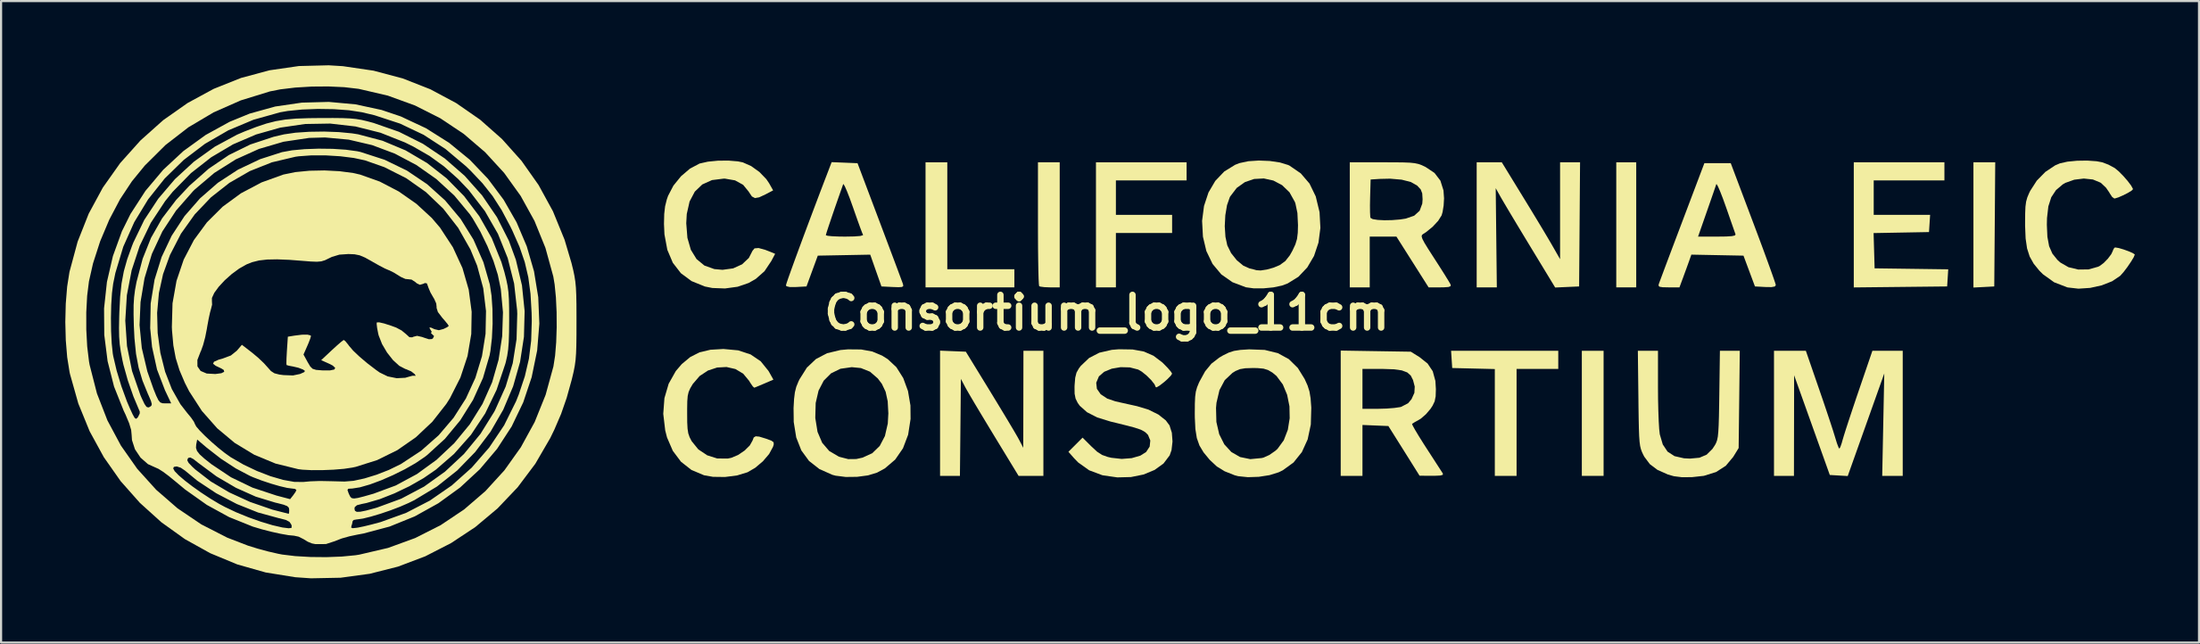
<source format=kicad_pcb>
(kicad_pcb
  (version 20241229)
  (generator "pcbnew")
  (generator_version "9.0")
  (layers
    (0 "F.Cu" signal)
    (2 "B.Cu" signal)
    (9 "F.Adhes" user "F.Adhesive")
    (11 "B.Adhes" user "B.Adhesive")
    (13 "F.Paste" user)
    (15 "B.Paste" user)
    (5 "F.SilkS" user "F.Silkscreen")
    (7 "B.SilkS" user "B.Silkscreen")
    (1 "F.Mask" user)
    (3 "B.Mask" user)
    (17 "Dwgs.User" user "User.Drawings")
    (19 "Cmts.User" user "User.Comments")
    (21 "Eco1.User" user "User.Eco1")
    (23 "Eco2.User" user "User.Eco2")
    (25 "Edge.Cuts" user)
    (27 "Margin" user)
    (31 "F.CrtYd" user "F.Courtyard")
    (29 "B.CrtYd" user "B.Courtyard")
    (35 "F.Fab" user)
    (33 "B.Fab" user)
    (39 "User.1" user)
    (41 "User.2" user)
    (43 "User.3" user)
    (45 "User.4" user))
  (footprint "Consortium_logo_11cm"
    (layer "F.Cu")
    (at 48.641 11.558)
    (property "Reference" "Consortium_logo_11cm" (at 0 0 0) (layer "F.SilkS") (effects (font (size 1.524 1.524) (thickness 0.3))))
    (attr board_only exclude_from_pos_files exclude_from_bom)
    (fp_poly (pts (xy 23.199 7.62) (xy 22.183 7.62) (xy 22.183 1.778) (xy 23.199 1.778)) (stroke (width 0) (type solid)) (fill yes) (layer "F.SilkS"))
    (fp_poly (pts (xy 24.723 -1.185) (xy 23.791 -1.185) (xy 23.791 -7.027) (xy 24.723 -7.027)) (stroke (width 0) (type solid)) (fill yes) (layer "F.SilkS"))
    (fp_poly (pts (xy -7.451 -2.032) (xy -4.318 -2.032) (xy -4.318 -1.185) (xy -8.467 -1.185) (xy -8.467 -7.027) (xy -7.451 -7.027)) (stroke (width 0) (type solid)) (fill yes) (layer "F.SilkS"))
    (fp_poly (pts (xy 41.467 -4.128) (xy 41.444 -1.228) (xy 40.958 -1.202) (xy 40.471 -1.177) (xy 40.471 -7.027) (xy 41.489 -7.027)) (stroke (width 0) (type solid)) (fill yes) (layer "F.SilkS"))
    (fp_poly (pts (xy 21.082 2.625) (xy 19.135 2.625) (xy 19.135 7.62) (xy 18.119 7.62) (xy 18.119 2.63) (xy 17.124 2.606) (xy 16.129 2.582) (xy 16.077 1.778) (xy 21.082 1.778)) (stroke (width 0) (type solid)) (fill yes) (layer "F.SilkS"))
    (fp_poly (pts (xy 3.725 -6.181) (xy 0.423 -6.181) (xy 0.423 -4.572) (xy 3.048 -4.572) (xy 3.048 -3.725) (xy 0.423 -3.725) (xy 0.423 -1.185) (xy -0.508 -1.185) (xy -0.508 -7.027) (xy 3.725 -7.027)) (stroke (width 0) (type solid)) (fill yes) (layer "F.SilkS"))
    (fp_poly (pts (xy -2.201 -1.185) (xy -2.653 -1.185) (xy -2.916 -1.195) (xy -3.105 -1.22) (xy -3.161 -1.242) (xy -3.174 -1.337) (xy -3.187 -1.581) (xy -3.197 -1.955) (xy -3.206 -2.438) (xy -3.213 -3.011) (xy -3.216 -3.653) (xy -3.217 -4.163) (xy -3.217 -7.027) (xy -2.201 -7.027)) (stroke (width 0) (type solid)) (fill yes) (layer "F.SilkS"))
    (fp_poly (pts (xy 39.116 -6.181) (xy 35.814 -6.181) (xy 35.814 -4.572) (xy 38.448 -4.572) (xy 38.422 -4.17) (xy 38.396 -3.768) (xy 35.808 -3.721) (xy 35.832 -2.898) (xy 35.856 -2.074) (xy 37.575 -2.051) (xy 39.294 -2.028) (xy 39.269 -1.628) (xy 39.243 -1.228) (xy 34.883 -1.182) (xy 34.883 -7.027) (xy 39.116 -7.027)) (stroke (width 0) (type solid)) (fill yes) (layer "F.SilkS"))
    (fp_poly (pts (xy -6.585 1.82) (xy -5.443 3.683) (xy -5.122 4.21) (xy -4.819 4.71) (xy -4.55 5.158) (xy -4.329 5.53) (xy -4.171 5.802) (xy -4.102 5.927) (xy -3.903 6.308) (xy -3.899 4.043) (xy -3.895 1.778) (xy -2.963 1.778) (xy -2.963 7.62) (xy -4.122 7.62) (xy -5.269 5.736) (xy -5.59 5.206) (xy -5.893 4.703) (xy -6.163 4.252) (xy -6.384 3.877) (xy -6.543 3.602) (xy -6.616 3.471) (xy -6.816 3.09) (xy -6.838 5.355) (xy -6.861 7.62) (xy -7.789 7.62) (xy -7.789 1.771)) (stroke (width 0) (type solid)) (fill yes) (layer "F.SilkS"))
    (fp_poly (pts (xy 19.444 -5.397) (xy 19.76 -4.881) (xy 20.07 -4.37) (xy 20.355 -3.897) (xy 20.594 -3.496) (xy 20.77 -3.196) (xy 20.805 -3.135) (xy 21.167 -2.502) (xy 21.167 -7.027) (xy 22.1 -7.027) (xy 22.078 -4.128) (xy 22.056 -1.228) (xy 21.497 -1.203) (xy 20.938 -1.178) (xy 19.792 -3.066) (xy 19.468 -3.6) (xy 19.16 -4.111) (xy 18.883 -4.572) (xy 18.653 -4.959) (xy 18.484 -5.246) (xy 18.403 -5.385) (xy 18.161 -5.817) (xy 18.187 -3.501) (xy 18.213 -1.185) (xy 17.272 -1.185) (xy 17.272 -7.027) (xy 18.445 -7.027)) (stroke (width 0) (type solid)) (fill yes) (layer "F.SilkS"))
    (fp_poly (pts (xy 33.252 3.535) (xy 33.442 4.087) (xy 33.622 4.62) (xy 33.782 5.1) (xy 33.911 5.495) (xy 33.997 5.772) (xy 34.012 5.821) (xy 34.095 6.091) (xy 34.167 6.282) (xy 34.209 6.35) (xy 34.255 6.276) (xy 34.32 6.087) (xy 34.359 5.948) (xy 34.417 5.752) (xy 34.52 5.425) (xy 34.66 4.996) (xy 34.827 4.493) (xy 35.011 3.945) (xy 35.108 3.662) (xy 35.752 1.778) (xy 37.169 1.778) (xy 37.169 7.62) (xy 36.211 7.62) (xy 36.259 5.228) (xy 36.307 2.836) (xy 35.454 5.232) (xy 34.6 7.628) (xy 34.182 7.603) (xy 33.763 7.578) (xy 32.93 5.249) (xy 32.097 2.921) (xy 32.089 7.62) (xy 31.157 7.62) (xy 31.157 1.778) (xy 32.645 1.778)) (stroke (width 0) (type solid)) (fill yes) (layer "F.SilkS"))
    (fp_poly (pts (xy 25.739 3.502) (xy 25.743 4.059) (xy 25.755 4.589) (xy 25.773 5.058) (xy 25.795 5.429) (xy 25.822 5.669) (xy 25.824 5.682) (xy 25.963 6.153) (xy 26.186 6.487) (xy 26.511 6.698) (xy 26.954 6.799) (xy 27.235 6.813) (xy 27.677 6.772) (xy 28.012 6.629) (xy 28.282 6.361) (xy 28.406 6.172) (xy 28.459 6.068) (xy 28.501 5.948) (xy 28.533 5.788) (xy 28.556 5.564) (xy 28.573 5.256) (xy 28.586 4.839) (xy 28.596 4.291) (xy 28.603 3.831) (xy 28.631 1.778) (xy 29.559 1.778) (xy 29.533 4.05) (xy 29.506 6.321) (xy 29.25 6.737) (xy 28.906 7.148) (xy 28.453 7.44) (xy 27.883 7.618) (xy 27.322 7.68) (xy 26.851 7.682) (xy 26.481 7.636) (xy 26.203 7.557) (xy 25.714 7.339) (xy 25.358 7.071) (xy 25.099 6.724) (xy 25.047 6.625) (xy 24.987 6.496) (xy 24.941 6.368) (xy 24.905 6.218) (xy 24.879 6.022) (xy 24.86 5.759) (xy 24.847 5.406) (xy 24.837 4.939) (xy 24.828 4.337) (xy 24.825 4) (xy 24.799 1.778) (xy 25.739 1.778)) (stroke (width 0) (type solid)) (fill yes) (layer "F.SilkS"))
    (fp_poly (pts (xy 30.19 -4.196) (xy 30.435 -3.543) (xy 30.66 -2.939) (xy 30.857 -2.4) (xy 31.021 -1.947) (xy 31.144 -1.599) (xy 31.22 -1.373) (xy 31.242 -1.292) (xy 31.196 -1.226) (xy 31.04 -1.198) (xy 30.755 -1.202) (xy 30.268 -1.228) (xy 29.732 -2.667) (xy 27.298 -2.714) (xy 27.185 -2.394) (xy 27.087 -2.122) (xy 26.966 -1.792) (xy 26.907 -1.63) (xy 26.742 -1.185) (xy 26.235 -1.185) (xy 25.954 -1.191) (xy 25.808 -1.216) (xy 25.764 -1.27) (xy 25.775 -1.333) (xy 25.815 -1.445) (xy 25.909 -1.696) (xy 26.047 -2.067) (xy 26.224 -2.538) (xy 26.432 -3.09) (xy 26.608 -3.556) (xy 27.611 -3.556) (xy 28.504 -3.556) (xy 28.92 -3.561) (xy 29.188 -3.578) (xy 29.328 -3.609) (xy 29.362 -3.656) (xy 29.36 -3.662) (xy 29.32 -3.776) (xy 29.235 -4.019) (xy 29.116 -4.359) (xy 28.975 -4.765) (xy 28.911 -4.947) (xy 28.766 -5.349) (xy 28.638 -5.676) (xy 28.538 -5.904) (xy 28.476 -6.007) (xy 28.462 -6.005) (xy 28.422 -5.885) (xy 28.337 -5.637) (xy 28.218 -5.294) (xy 28.076 -4.887) (xy 28.018 -4.72) (xy 27.611 -3.556) (xy 26.608 -3.556) (xy 26.664 -3.704) (xy 26.864 -4.233) (xy 27.905 -6.985) (xy 29.138 -6.985)) (stroke (width 0) (type solid)) (fill yes) (layer "F.SilkS"))
    (fp_poly (pts (xy 12.559 1.794) (xy 14.196 1.82) (xy 14.604 2.074) (xy 14.979 2.372) (xy 15.22 2.732) (xy 15.343 3.182) (xy 15.367 3.57) (xy 15.356 3.903) (xy 15.31 4.138) (xy 15.211 4.345) (xy 15.113 4.493) (xy 14.904 4.738) (xy 14.67 4.942) (xy 14.576 5.001) (xy 14.383 5.108) (xy 14.264 5.183) (xy 14.254 5.191) (xy 14.284 5.271) (xy 14.393 5.468) (xy 14.565 5.755) (xy 14.786 6.108) (xy 14.922 6.319) (xy 15.172 6.705) (xy 15.392 7.045) (xy 15.564 7.311) (xy 15.671 7.477) (xy 15.694 7.514) (xy 15.688 7.572) (xy 15.569 7.604) (xy 15.313 7.616) (xy 15.181 7.616) (xy 14.605 7.613) (xy 13.877 6.452) (xy 13.148 5.292) (xy 11.938 5.242) (xy 11.938 7.62) (xy 10.922 7.62) (xy 10.922 4.487) (xy 11.938 4.487) (xy 12.679 4.487) (xy 13.062 4.476) (xy 13.421 4.448) (xy 13.692 4.409) (xy 13.742 4.397) (xy 14.067 4.229) (xy 14.228 4.038) (xy 14.363 3.741) (xy 14.379 3.448) (xy 14.299 3.143) (xy 14.193 2.934) (xy 14.027 2.787) (xy 13.774 2.693) (xy 13.409 2.642) (xy 12.905 2.625) (xy 12.831 2.625) (xy 11.938 2.625) (xy 11.938 4.487) (xy 10.922 4.487) (xy 10.922 1.768)) (stroke (width 0) (type solid)) (fill yes) (layer "F.SilkS"))
    (fp_poly (pts (xy -17.228 -7.07) (xy -16.999 -7.023) (xy -16.613 -6.852) (xy -16.226 -6.575) (xy -15.903 -6.241) (xy -15.773 -6.05) (xy -15.585 -5.715) (xy -15.942 -5.528) (xy -16.236 -5.391) (xy -16.433 -5.356) (xy -16.575 -5.43) (xy -16.704 -5.62) (xy -16.722 -5.652) (xy -16.987 -5.976) (xy -17.364 -6.183) (xy -17.835 -6.264) (xy -17.889 -6.265) (xy -18.441 -6.196) (xy -18.893 -5.992) (xy -19.243 -5.657) (xy -19.486 -5.196) (xy -19.618 -4.613) (xy -19.642 -4.18) (xy -19.588 -3.498) (xy -19.427 -2.939) (xy -19.161 -2.507) (xy -18.795 -2.205) (xy -18.33 -2.039) (xy -17.949 -2.005) (xy -17.453 -2.072) (xy -17.034 -2.262) (xy -16.719 -2.559) (xy -16.547 -2.895) (xy -16.454 -3.007) (xy -16.266 -3.023) (xy -15.965 -2.942) (xy -15.756 -2.861) (xy -15.491 -2.752) (xy -15.671 -2.413) (xy -15.989 -1.938) (xy -16.393 -1.582) (xy -16.728 -1.39) (xy -17.243 -1.214) (xy -17.832 -1.134) (xy -18.425 -1.156) (xy -18.774 -1.226) (xy -19.393 -1.477) (xy -19.892 -1.846) (xy -20.269 -2.333) (xy -20.526 -2.938) (xy -20.66 -3.66) (xy -20.682 -4.149) (xy -20.671 -4.612) (xy -20.63 -4.971) (xy -20.551 -5.289) (xy -20.491 -5.461) (xy -20.242 -5.937) (xy -19.888 -6.374) (xy -19.47 -6.731) (xy -19.031 -6.964) (xy -19.008 -6.972) (xy -18.635 -7.056) (xy -18.167 -7.102) (xy -17.675 -7.107)) (stroke (width 0) (type solid)) (fill yes) (layer "F.SilkS"))
    (fp_poly (pts (xy -12.248 -7.01) (xy -11.643 -6.985) (xy -10.605 -4.233) (xy -10.36 -3.583) (xy -10.133 -2.979) (xy -9.93 -2.44) (xy -9.76 -1.985) (xy -9.63 -1.635) (xy -9.546 -1.409) (xy -9.518 -1.329) (xy -9.507 -1.247) (xy -9.567 -1.204) (xy -9.73 -1.193) (xy -9.997 -1.202) (xy -10.526 -1.228) (xy -10.788 -1.97) (xy -11.049 -2.713) (xy -12.274 -2.69) (xy -13.499 -2.667) (xy -14.027 -1.228) (xy -14.506 -1.202) (xy -14.809 -1.2) (xy -14.961 -1.237) (xy -14.986 -1.28) (xy -14.957 -1.383) (xy -14.875 -1.625) (xy -14.746 -1.987) (xy -14.578 -2.451) (xy -14.377 -2.997) (xy -14.151 -3.607) (xy -14.145 -3.623) (xy -13.123 -3.623) (xy -13.044 -3.595) (xy -12.831 -3.573) (xy -12.518 -3.56) (xy -12.229 -3.556) (xy -11.794 -3.564) (xy -11.512 -3.586) (xy -11.39 -3.622) (xy -11.388 -3.642) (xy -11.433 -3.748) (xy -11.522 -3.985) (xy -11.643 -4.321) (xy -11.786 -4.726) (xy -11.856 -4.927) (xy -12.002 -5.333) (xy -12.131 -5.665) (xy -12.233 -5.897) (xy -12.298 -6.006) (xy -12.313 -6.005) (xy -12.514 -5.435) (xy -12.699 -4.906) (xy -12.859 -4.438) (xy -12.988 -4.056) (xy -13.078 -3.782) (xy -13.121 -3.637) (xy -13.123 -3.623) (xy -14.145 -3.623) (xy -13.906 -4.262) (xy -13.65 -4.942) (xy -13.39 -5.63) (xy -13.132 -6.305) (xy -13.121 -6.332) (xy -12.852 -7.034)) (stroke (width 0) (type solid)) (fill yes) (layer "F.SilkS"))
    (fp_poly (pts (xy -11.473 1.716) (xy -10.957 1.81) (xy -10.494 2.004) (xy -10.229 2.17) (xy -9.826 2.548) (xy -9.508 3.052) (xy -9.287 3.655) (xy -9.172 4.332) (xy -9.166 4.962) (xy -9.28 5.698) (xy -9.521 6.333) (xy -9.885 6.86) (xy -10.367 7.271) (xy -10.732 7.469) (xy -11.153 7.597) (xy -11.664 7.665) (xy -12.193 7.671) (xy -12.668 7.611) (xy -12.816 7.572) (xy -13.424 7.302) (xy -13.908 6.923) (xy -14.268 6.431) (xy -14.506 5.825) (xy -14.623 5.101) (xy -14.625 4.894) (xy -13.616 4.894) (xy -13.613 4.935) (xy -13.511 5.565) (xy -13.294 6.074) (xy -12.965 6.458) (xy -12.525 6.716) (xy -12.475 6.735) (xy -12.077 6.837) (xy -11.703 6.833) (xy -11.407 6.768) (xy -10.955 6.561) (xy -10.607 6.223) (xy -10.364 5.759) (xy -10.23 5.175) (xy -10.204 4.699) (xy -10.234 4.136) (xy -10.331 3.691) (xy -10.507 3.321) (xy -10.697 3.07) (xy -11.061 2.754) (xy -11.485 2.584) (xy -11.914 2.542) (xy -12.442 2.617) (xy -12.88 2.831) (xy -13.223 3.174) (xy -13.464 3.639) (xy -13.597 4.215) (xy -13.616 4.894) (xy -14.625 4.894) (xy -14.631 4.455) (xy -14.607 4.027) (xy -14.568 3.714) (xy -14.504 3.46) (xy -14.401 3.209) (xy -14.351 3.106) (xy -14.01 2.565) (xy -13.587 2.164) (xy -13.069 1.892) (xy -12.442 1.742) (xy -12.092 1.71)) (stroke (width 0) (type solid)) (fill yes) (layer "F.SilkS"))
    (fp_poly (pts (xy 13.446 -7.026) (xy 13.858 -7.021) (xy 14.16 -7.009) (xy 14.381 -6.985) (xy 14.553 -6.948) (xy 14.704 -6.894) (xy 14.864 -6.819) (xy 14.886 -6.807) (xy 15.303 -6.529) (xy 15.578 -6.17) (xy 15.721 -5.716) (xy 15.748 -5.345) (xy 15.729 -5.012) (xy 15.68 -4.705) (xy 15.634 -4.547) (xy 15.473 -4.292) (xy 15.213 -4.013) (xy 14.906 -3.763) (xy 14.77 -3.676) (xy 14.716 -3.631) (xy 14.702 -3.562) (xy 14.738 -3.446) (xy 14.835 -3.262) (xy 15.004 -2.986) (xy 15.254 -2.597) (xy 15.311 -2.509) (xy 15.558 -2.125) (xy 15.774 -1.784) (xy 15.94 -1.515) (xy 16.039 -1.346) (xy 16.057 -1.31) (xy 16.054 -1.241) (xy 15.957 -1.203) (xy 15.737 -1.187) (xy 15.566 -1.185) (xy 15.027 -1.185) (xy 14.275 -2.371) (xy 13.524 -3.556) (xy 12.277 -3.556) (xy 12.277 -1.185) (xy 11.345 -1.185) (xy 11.345 -5.013) (xy 12.288 -5.013) (xy 12.291 -4.701) (xy 12.302 -4.491) (xy 12.313 -4.43) (xy 12.416 -4.373) (xy 12.646 -4.336) (xy 12.963 -4.32) (xy 13.324 -4.327) (xy 13.69 -4.356) (xy 13.958 -4.397) (xy 14.352 -4.532) (xy 14.608 -4.764) (xy 14.732 -5.098) (xy 14.746 -5.299) (xy 14.729 -5.576) (xy 14.657 -5.761) (xy 14.499 -5.932) (xy 14.492 -5.939) (xy 14.196 -6.107) (xy 13.766 -6.216) (xy 13.226 -6.262) (xy 12.742 -6.251) (xy 12.319 -6.223) (xy 12.295 -5.382) (xy 12.288 -5.013) (xy 11.345 -5.013) (xy 11.345 -7.027) (xy 12.895 -7.027)) (stroke (width 0) (type solid)) (fill yes) (layer "F.SilkS"))
    (fp_poly (pts (xy 7.607 -7.089) (xy 8.083 -7.019) (xy 8.466 -6.902) (xy 8.528 -6.873) (xy 9.057 -6.51) (xy 9.466 -6.032) (xy 9.756 -5.434) (xy 9.93 -4.715) (xy 9.934 -4.691) (xy 9.973 -3.962) (xy 9.884 -3.276) (xy 9.676 -2.653) (xy 9.36 -2.115) (xy 8.946 -1.679) (xy 8.444 -1.368) (xy 8.183 -1.27) (xy 7.778 -1.184) (xy 7.312 -1.139) (xy 6.86 -1.139) (xy 6.497 -1.188) (xy 5.867 -1.426) (xy 5.345 -1.792) (xy 4.937 -2.28) (xy 4.647 -2.883) (xy 4.488 -3.553) (xy 4.462 -4.04) (xy 5.507 -4.04) (xy 5.539 -3.546) (xy 5.625 -3.147) (xy 5.803 -2.786) (xy 6.066 -2.455) (xy 6.371 -2.201) (xy 6.665 -2.069) (xy 6.867 -2.021) (xy 6.985 -1.987) (xy 7.183 -1.974) (xy 7.472 -2.018) (xy 7.788 -2.106) (xy 8.07 -2.224) (xy 8.083 -2.231) (xy 8.336 -2.415) (xy 8.548 -2.686) (xy 8.671 -2.906) (xy 8.804 -3.191) (xy 8.881 -3.444) (xy 8.917 -3.734) (xy 8.927 -4.091) (xy 8.9 -4.658) (xy 8.808 -5.099) (xy 8.779 -5.18) (xy 8.529 -5.627) (xy 8.185 -5.959) (xy 7.776 -6.175) (xy 7.331 -6.272) (xy 6.878 -6.248) (xy 6.447 -6.101) (xy 6.065 -5.83) (xy 5.762 -5.432) (xy 5.741 -5.393) (xy 5.612 -5.024) (xy 5.533 -4.553) (xy 5.507 -4.04) (xy 4.462 -4.04) (xy 4.448 -4.293) (xy 4.538 -4.987) (xy 4.746 -5.616) (xy 5.065 -6.159) (xy 5.483 -6.597) (xy 5.992 -6.911) (xy 6.196 -6.99) (xy 6.605 -7.077) (xy 7.094 -7.109)) (stroke (width 0) (type solid)) (fill yes) (layer "F.SilkS"))
    (fp_poly (pts (xy -17.216 1.757) (xy -16.635 1.949) (xy -16.164 2.269) (xy -15.801 2.719) (xy -15.766 2.779) (xy -15.572 3.125) (xy -15.995 3.307) (xy -16.239 3.41) (xy -16.414 3.482) (xy -16.467 3.501) (xy -16.534 3.442) (xy -16.647 3.279) (xy -16.704 3.184) (xy -16.983 2.846) (xy -17.346 2.63) (xy -17.762 2.535) (xy -18.2 2.559) (xy -18.629 2.7) (xy -19.017 2.956) (xy -19.334 3.325) (xy -19.346 3.344) (xy -19.458 3.534) (xy -19.531 3.701) (xy -19.574 3.887) (xy -19.594 4.137) (xy -19.6 4.495) (xy -19.6 4.692) (xy -19.597 5.118) (xy -19.581 5.418) (xy -19.547 5.635) (xy -19.486 5.812) (xy -19.393 5.992) (xy -19.39 5.998) (xy -19.078 6.383) (xy -18.667 6.658) (xy -18.196 6.807) (xy -17.705 6.811) (xy -17.538 6.777) (xy -17.22 6.643) (xy -16.915 6.436) (xy -16.673 6.196) (xy -16.543 5.964) (xy -16.542 5.96) (xy -16.491 5.827) (xy -16.4 5.771) (xy -16.231 5.787) (xy -15.948 5.873) (xy -15.896 5.89) (xy -15.666 5.975) (xy -15.563 6.05) (xy -15.556 6.153) (xy -15.592 6.267) (xy -15.773 6.6) (xy -16.065 6.941) (xy -16.421 7.242) (xy -16.782 7.452) (xy -17.269 7.6) (xy -17.832 7.672) (xy -18.393 7.665) (xy -18.813 7.591) (xy -19.4 7.343) (xy -19.888 6.96) (xy -20.27 6.451) (xy -20.54 5.826) (xy -20.624 5.498) (xy -20.716 4.722) (xy -20.661 3.989) (xy -20.464 3.317) (xy -20.13 2.724) (xy -19.854 2.401) (xy -19.455 2.069) (xy -19.022 1.849) (xy -18.513 1.729) (xy -17.907 1.693)) (stroke (width 0) (type solid)) (fill yes) (layer "F.SilkS"))
    (fp_poly (pts (xy 7.372 1.737) (xy 7.986 1.887) (xy 8.499 2.167) (xy 8.919 2.58) (xy 9.237 3.094) (xy 9.375 3.4) (xy 9.463 3.678) (xy 9.515 3.991) (xy 9.546 4.406) (xy 9.548 4.436) (xy 9.526 5.222) (xy 9.378 5.917) (xy 9.108 6.51) (xy 8.72 6.994) (xy 8.219 7.358) (xy 8.025 7.453) (xy 7.598 7.586) (xy 7.097 7.664) (xy 6.588 7.681) (xy 6.136 7.635) (xy 5.969 7.591) (xy 5.502 7.406) (xy 5.138 7.182) (xy 4.811 6.877) (xy 4.789 6.853) (xy 4.516 6.521) (xy 4.325 6.202) (xy 4.202 5.853) (xy 4.135 5.433) (xy 4.109 4.9) (xy 4.107 4.699) (xy 4.109 4.443) (xy 5.099 4.443) (xy 5.116 5.102) (xy 5.248 5.674) (xy 5.485 6.146) (xy 5.814 6.505) (xy 6.222 6.74) (xy 6.699 6.838) (xy 7.232 6.787) (xy 7.322 6.764) (xy 7.587 6.645) (xy 7.866 6.452) (xy 7.971 6.358) (xy 8.263 5.957) (xy 8.452 5.468) (xy 8.539 4.928) (xy 8.528 4.371) (xy 8.42 3.832) (xy 8.218 3.349) (xy 7.924 2.955) (xy 7.73 2.794) (xy 7.528 2.676) (xy 7.316 2.611) (xy 7.032 2.585) (xy 6.816 2.582) (xy 6.465 2.593) (xy 6.219 2.634) (xy 6.011 2.721) (xy 5.867 2.81) (xy 5.508 3.147) (xy 5.26 3.612) (xy 5.121 4.204) (xy 5.099 4.443) (xy 4.109 4.443) (xy 4.11 4.251) (xy 4.124 3.928) (xy 4.156 3.687) (xy 4.213 3.484) (xy 4.299 3.274) (xy 4.326 3.217) (xy 4.589 2.738) (xy 4.884 2.379) (xy 5.253 2.094) (xy 5.433 1.989) (xy 5.691 1.862) (xy 5.937 1.783) (xy 6.23 1.737) (xy 6.631 1.711) (xy 6.646 1.71)) (stroke (width 0) (type solid)) (fill yes) (layer "F.SilkS"))
    (fp_poly (pts (xy 1.204 1.716) (xy 1.732 1.813) (xy 2.18 2.01) (xy 2.585 2.317) (xy 2.629 2.359) (xy 2.839 2.573) (xy 2.989 2.747) (xy 3.048 2.844) (xy 3.048 2.845) (xy 2.988 2.94) (xy 2.832 3.1) (xy 2.667 3.246) (xy 2.466 3.401) (xy 2.328 3.482) (xy 2.286 3.478) (xy 2.224 3.338) (xy 2.066 3.141) (xy 1.855 2.932) (xy 1.634 2.753) (xy 1.465 2.654) (xy 1.072 2.553) (xy 0.643 2.542) (xy 0.229 2.613) (xy -0.125 2.759) (xy -0.368 2.97) (xy -0.37 2.973) (xy -0.496 3.27) (xy -0.464 3.555) (xy -0.287 3.808) (xy 0.024 4.013) (xy 0.397 4.138) (xy 0.697 4.206) (xy 1.075 4.29) (xy 1.409 4.364) (xy 1.948 4.527) (xy 2.407 4.755) (xy 2.754 5.029) (xy 2.928 5.264) (xy 3.036 5.606) (xy 3.067 6.016) (xy 3.021 6.416) (xy 2.935 6.662) (xy 2.647 7.042) (xy 2.232 7.342) (xy 1.716 7.556) (xy 1.127 7.675) (xy 0.489 7.691) (xy -0.17 7.597) (xy -0.22 7.586) (xy -0.826 7.359) (xy -1.338 6.994) (xy -1.526 6.8) (xy -1.794 6.495) (xy -1.133 5.834) (xy -0.715 6.251) (xy -0.45 6.495) (xy -0.22 6.643) (xy 0.048 6.737) (xy 0.212 6.775) (xy 0.693 6.828) (xy 1.159 6.792) (xy 1.561 6.677) (xy 1.834 6.506) (xy 2 6.253) (xy 2.03 5.969) (xy 1.924 5.709) (xy 1.824 5.606) (xy 1.728 5.537) (xy 1.615 5.477) (xy 1.458 5.417) (xy 1.231 5.348) (xy 0.906 5.263) (xy 0.456 5.151) (xy 0.173 5.083) (xy -0.452 4.89) (xy -0.926 4.647) (xy -1.263 4.347) (xy -1.362 4.209) (xy -1.46 4.011) (xy -1.505 3.782) (xy -1.509 3.462) (xy -1.505 3.37) (xy -1.477 3.034) (xy -1.418 2.8) (xy -1.306 2.6) (xy -1.216 2.482) (xy -0.829 2.114) (xy -0.352 1.867) (xy 0.232 1.733) (xy 0.561 1.706)) (stroke (width 0) (type solid)) (fill yes) (layer "F.SilkS"))
    (fp_poly (pts (xy 46.225 -7.076) (xy 46.492 -7.026) (xy 46.777 -6.917) (xy 47.06 -6.764) (xy 47.081 -6.75) (xy 47.26 -6.602) (xy 47.469 -6.39) (xy 47.672 -6.157) (xy 47.833 -5.944) (xy 47.917 -5.793) (xy 47.921 -5.768) (xy 47.852 -5.699) (xy 47.678 -5.594) (xy 47.455 -5.482) (xy 47.237 -5.387) (xy 47.076 -5.338) (xy 47.051 -5.336) (xy 46.95 -5.407) (xy 46.836 -5.578) (xy 46.821 -5.61) (xy 46.664 -5.838) (xy 46.441 -6.05) (xy 46.397 -6.081) (xy 46.05 -6.224) (xy 45.625 -6.268) (xy 45.179 -6.214) (xy 44.767 -6.067) (xy 44.641 -5.994) (xy 44.326 -5.727) (xy 44.106 -5.394) (xy 43.97 -4.968) (xy 43.907 -4.422) (xy 43.9 -4.106) (xy 43.925 -3.544) (xy 44.006 -3.108) (xy 44.158 -2.762) (xy 44.392 -2.47) (xy 44.528 -2.347) (xy 44.91 -2.127) (xy 45.368 -2.018) (xy 45.848 -2.024) (xy 46.294 -2.149) (xy 46.369 -2.186) (xy 46.555 -2.325) (xy 46.75 -2.526) (xy 46.909 -2.737) (xy 46.988 -2.905) (xy 46.99 -2.927) (xy 47.053 -3.036) (xy 47.102 -3.048) (xy 47.259 -3.022) (xy 47.483 -2.956) (xy 47.719 -2.871) (xy 47.911 -2.787) (xy 48.004 -2.725) (xy 48.006 -2.718) (xy 47.958 -2.596) (xy 47.835 -2.391) (xy 47.67 -2.148) (xy 47.495 -1.916) (xy 47.342 -1.742) (xy 47.318 -1.719) (xy 46.945 -1.469) (xy 46.461 -1.279) (xy 45.92 -1.16) (xy 45.375 -1.124) (xy 44.876 -1.181) (xy 44.851 -1.187) (xy 44.241 -1.422) (xy 43.716 -1.799) (xy 43.549 -1.966) (xy 43.285 -2.291) (xy 43.098 -2.624) (xy 42.976 -3.004) (xy 42.908 -3.468) (xy 42.884 -4.053) (xy 42.884 -4.191) (xy 42.887 -4.634) (xy 42.9 -4.951) (xy 42.931 -5.187) (xy 42.986 -5.385) (xy 43.072 -5.59) (xy 43.121 -5.691) (xy 43.429 -6.169) (xy 43.832 -6.58) (xy 44.287 -6.883) (xy 44.512 -6.979) (xy 44.862 -7.057) (xy 45.31 -7.1) (xy 45.787 -7.107)) (stroke (width 0) (type solid)) (fill yes) (layer "F.SilkS"))
    (fp_poly (pts (xy -35.677 -11.517) (xy -34.246 -11.307) (xy -32.881 -10.944) (xy -31.59 -10.437) (xy -30.383 -9.791) (xy -29.266 -9.015) (xy -28.247 -8.114) (xy -27.336 -7.096) (xy -26.54 -5.968) (xy -25.867 -4.738) (xy -25.325 -3.411) (xy -25.002 -2.324) (xy -24.923 -2.003) (xy -24.865 -1.727) (xy -24.823 -1.46) (xy -24.795 -1.17) (xy -24.779 -0.824) (xy -24.77 -0.388) (xy -24.768 0.171) (xy -24.768 0.423) (xy -24.769 1.04) (xy -24.775 1.521) (xy -24.788 1.899) (xy -24.811 2.206) (xy -24.848 2.477) (xy -24.899 2.744) (xy -24.969 3.04) (xy -24.993 3.136) (xy -25.228 3.981) (xy -25.488 4.729) (xy -25.8 5.455) (xy -25.994 5.855) (xy -26.692 7.056) (xy -27.517 8.154) (xy -28.456 9.141) (xy -29.496 10.013) (xy -30.626 10.76) (xy -31.832 11.378) (xy -33.102 11.858) (xy -34.424 12.193) (xy -35.784 12.378) (xy -37.17 12.405) (xy -37.904 12.354) (xy -39.286 12.131) (xy -40.612 11.755) (xy -41.871 11.233) (xy -43.055 10.575) (xy -44.153 9.788) (xy -45.157 8.882) (xy -46.057 7.866) (xy -46.842 6.748) (xy -47.505 5.536) (xy -48.034 4.24) (xy -48.421 2.868) (xy -48.443 2.768) (xy -48.553 2.08) (xy -48.619 1.283) (xy -48.641 0.431) (xy -48.63 -0.02) (xy -47.662 -0.02) (xy -47.661 0.788) (xy -47.619 1.572) (xy -47.535 2.269) (xy -47.506 2.434) (xy -47.164 3.769) (xy -46.674 5.03) (xy -46.044 6.206) (xy -45.283 7.289) (xy -44.398 8.269) (xy -43.397 9.138) (xy -42.29 9.886) (xy -41.082 10.504) (xy -40.112 10.878) (xy -39.653 11.02) (xy -39.159 11.153) (xy -38.707 11.257) (xy -38.515 11.294) (xy -37.901 11.368) (xy -37.192 11.409) (xy -36.448 11.416) (xy -35.729 11.389) (xy -35.096 11.328) (xy -34.915 11.3) (xy -33.569 10.986) (xy -32.299 10.523) (xy -31.112 9.922) (xy -30.017 9.189) (xy -29.022 8.332) (xy -28.135 7.361) (xy -27.366 6.282) (xy -26.721 5.105) (xy -26.21 3.836) (xy -25.846 2.511) (xy -25.767 2.003) (xy -25.716 1.378) (xy -25.693 0.683) (xy -25.697 -0.031) (xy -25.729 -0.715) (xy -25.789 -1.321) (xy -25.851 -1.693) (xy -26.219 -3.031) (xy -26.73 -4.289) (xy -27.376 -5.458) (xy -28.147 -6.531) (xy -29.035 -7.498) (xy -30.031 -8.351) (xy -31.126 -9.082) (xy -32.311 -9.681) (xy -33.577 -10.141) (xy -34.915 -10.452) (xy -34.96 -10.46) (xy -35.612 -10.536) (xy -36.356 -10.57) (xy -37.137 -10.564) (xy -37.904 -10.518) (xy -38.601 -10.434) (xy -39.082 -10.339) (xy -40.445 -9.919) (xy -41.716 -9.359) (xy -42.89 -8.663) (xy -43.963 -7.833) (xy -44.93 -6.873) (xy -45.531 -6.138) (xy -46.084 -5.302) (xy -46.586 -4.351) (xy -47.014 -3.335) (xy -47.346 -2.307) (xy -47.537 -1.463) (xy -47.621 -0.791) (xy -47.662 -0.02) (xy -48.63 -0.02) (xy -48.62 -0.421) (xy -48.555 -1.219) (xy -48.446 -1.91) (xy -48.443 -1.921) (xy -48.065 -3.322) (xy -47.548 -4.628) (xy -46.887 -5.848) (xy -46.079 -6.989) (xy -45.13 -8.048) (xy -44.071 -8.994) (xy -42.927 -9.798) (xy -41.71 -10.458) (xy -40.431 -10.968) (xy -39.102 -11.325) (xy -37.735 -11.523) (xy -36.343 -11.558)) (stroke (width 0) (type solid)) (fill yes) (layer "F.SilkS"))
    (fp_poly (pts (xy -35.833 -6.611) (xy -35.195 -6.526) (xy -34.872 -6.453) (xy -33.956 -6.127) (xy -33.068 -5.664) (xy -32.245 -5.088) (xy -31.525 -4.425) (xy -31.14 -3.974) (xy -30.54 -3.057) (xy -30.093 -2.086) (xy -29.801 -1.077) (xy -29.664 -0.045) (xy -29.682 0.993) (xy -29.857 2.023) (xy -30.189 3.027) (xy -30.678 3.992) (xy -30.848 4.26) (xy -31.501 5.093) (xy -32.27 5.817) (xy -33.136 6.419) (xy -34.078 6.883) (xy -35.075 7.198) (xy -35.239 7.233) (xy -35.627 7.291) (xy -36.111 7.331) (xy -36.635 7.352) (xy -37.139 7.353) (xy -37.568 7.331) (xy -37.761 7.307) (xy -38.824 7.045) (xy -39.818 6.633) (xy -40.73 6.08) (xy -41.549 5.396) (xy -42.261 4.59) (xy -42.855 3.672) (xy -43.057 3.276) (xy -43.309 2.684) (xy -43.457 2.207) (xy -42.473 2.207) (xy -42.47 2.506) (xy -42.322 2.719) (xy -42.036 2.84) (xy -41.634 2.862) (xy -41.353 2.825) (xy -41.22 2.759) (xy -41.243 2.672) (xy -41.353 2.603) (xy -41.555 2.508) (xy -41.62 2.477) (xy -41.741 2.382) (xy -41.697 2.289) (xy -41.487 2.195) (xy -41.3 2.143) (xy -40.909 1.997) (xy -40.63 1.773) (xy -40.623 1.764) (xy -40.394 1.497) (xy -39.922 1.862) (xy -39.635 2.101) (xy -39.366 2.357) (xy -39.2 2.541) (xy -39.036 2.725) (xy -38.874 2.829) (xy -38.647 2.887) (xy -38.448 2.913) (xy -38.009 2.929) (xy -37.679 2.861) (xy -37.663 2.854) (xy -37.485 2.774) (xy -37.448 2.719) (xy -37.533 2.657) (xy -37.55 2.648) (xy -37.754 2.57) (xy -38.002 2.512) (xy -38.2 2.475) (xy -38.306 2.443) (xy -38.31 2.44) (xy -38.316 2.349) (xy -38.311 2.132) (xy -38.295 1.832) (xy -38.291 1.766) (xy -38.248 1.119) (xy -37.941 1.069) (xy -37.592 1.026) (xy -37.329 1.023) (xy -37.186 1.06) (xy -37.169 1.09) (xy -37.201 1.205) (xy -37.282 1.415) (xy -37.343 1.558) (xy -37.517 1.952) (xy -37.321 2.31) (xy -37.202 2.51) (xy -37.091 2.619) (xy -36.93 2.669) (xy -36.663 2.691) (xy -36.626 2.693) (xy -36.277 2.693) (xy -36.078 2.652) (xy -36.036 2.575) (xy -36.153 2.467) (xy -36.323 2.38) (xy -36.691 2.215) (xy -36.189 1.744) (xy -35.95 1.526) (xy -35.759 1.361) (xy -35.647 1.277) (xy -35.634 1.272) (xy -35.557 1.334) (xy -35.431 1.489) (xy -35.391 1.545) (xy -35.198 1.77) (xy -34.899 2.054) (xy -34.531 2.365) (xy -34.13 2.671) (xy -33.959 2.792) (xy -33.586 2.973) (xy -33.165 3.058) (xy -32.766 3.038) (xy -32.625 2.997) (xy -32.425 2.942) (xy -32.295 2.945) (xy -32.289 2.949) (xy -32.277 2.94) (xy -32.334 2.858) (xy -32.488 2.739) (xy -32.722 2.638) (xy -32.766 2.625) (xy -33.044 2.48) (xy -33.338 2.211) (xy -33.616 1.858) (xy -33.849 1.462) (xy -34.007 1.06) (xy -34.028 0.976) (xy -34.079 0.711) (xy -34.101 0.519) (xy -34.094 0.453) (xy -33.984 0.448) (xy -33.748 0.502) (xy -33.417 0.609) (xy -33.191 0.692) (xy -32.937 0.827) (xy -32.727 0.999) (xy -32.719 1.007) (xy -32.57 1.142) (xy -32.441 1.149) (xy -32.382 1.121) (xy -32.21 1.079) (xy -31.971 1.134) (xy -31.896 1.162) (xy -31.66 1.238) (xy -31.52 1.229) (xy -31.47 1.193) (xy -31.42 1.089) (xy -31.497 1.014) (xy -31.569 0.947) (xy -31.549 0.933) (xy -31.533 0.88) (xy -31.581 0.804) (xy -31.641 0.698) (xy -31.57 0.691) (xy -31.398 0.769) (xy -31.196 0.816) (xy -30.98 0.759) (xy -30.81 0.676) (xy -30.734 0.616) (xy -30.734 0.614) (xy -30.786 0.532) (xy -30.92 0.369) (xy -31.038 0.234) (xy -31.241 -0.034) (xy -31.304 -0.232) (xy -31.3 -0.263) (xy -31.318 -0.432) (xy -31.416 -0.652) (xy -31.449 -0.704) (xy -31.59 -0.95) (xy -31.689 -1.186) (xy -31.697 -1.214) (xy -31.754 -1.37) (xy -31.845 -1.388) (xy -31.929 -1.349) (xy -32.083 -1.305) (xy -32.229 -1.376) (xy -32.295 -1.434) (xy -32.47 -1.548) (xy -32.615 -1.564) (xy -32.759 -1.578) (xy -32.969 -1.672) (xy -33.058 -1.727) (xy -33.295 -1.873) (xy -33.507 -1.979) (xy -33.556 -1.997) (xy -33.715 -2.066) (xy -33.969 -2.198) (xy -34.267 -2.365) (xy -34.32 -2.397) (xy -34.644 -2.577) (xy -34.894 -2.682) (xy -35.134 -2.73) (xy -35.421 -2.742) (xy -35.842 -2.713) (xy -36.19 -2.609) (xy -36.319 -2.547) (xy -36.513 -2.453) (xy -36.688 -2.4) (xy -36.892 -2.382) (xy -37.177 -2.393) (xy -37.462 -2.416) (xy -38.176 -2.471) (xy -38.751 -2.494) (xy -39.214 -2.485) (xy -39.593 -2.442) (xy -39.913 -2.362) (xy -40.174 -2.259) (xy -40.521 -2.063) (xy -40.87 -1.806) (xy -41.197 -1.514) (xy -41.476 -1.213) (xy -41.683 -0.93) (xy -41.793 -0.691) (xy -41.794 -0.547) (xy -41.786 -0.378) (xy -41.829 -0.203) (xy -41.88 -0.02) (xy -41.945 0.276) (xy -42.011 0.632) (xy -42.032 0.759) (xy -42.108 1.143) (xy -42.204 1.503) (xy -42.302 1.777) (xy -42.328 1.83) (xy -42.473 2.207) (xy -43.457 2.207) (xy -43.484 2.12) (xy -43.595 1.525) (xy -43.657 0.838) (xy -43.665 0.668) (xy -43.634 -0.44) (xy -43.447 -1.493) (xy -43.112 -2.482) (xy -42.636 -3.395) (xy -42.027 -4.222) (xy -41.293 -4.953) (xy -40.44 -5.578) (xy -39.478 -6.087) (xy -38.452 -6.456) (xy -37.9 -6.569) (xy -37.242 -6.633) (xy -36.535 -6.647)) (stroke (width 0) (type solid)) (fill yes) (layer "F.SilkS"))
    (fp_poly (pts (xy -35.084 -9.733) (xy -33.868 -9.471) (xy -32.978 -9.171) (xy -31.797 -8.618) (xy -30.721 -7.94) (xy -29.754 -7.149) (xy -28.902 -6.257) (xy -28.171 -5.278) (xy -27.566 -4.223) (xy -27.091 -3.104) (xy -26.752 -1.934) (xy -26.554 -0.726) (xy -26.503 0.51) (xy -26.604 1.76) (xy -26.862 3.012) (xy -27.255 4.185) (xy -27.795 5.311) (xy -28.476 6.357) (xy -29.284 7.312) (xy -30.203 8.163) (xy -31.22 8.9) (xy -32.321 9.512) (xy -33.491 9.986) (xy -34.717 10.312) (xy -34.998 10.364) (xy -35.373 10.443) (xy -35.729 10.543) (xy -35.995 10.645) (xy -36.022 10.659) (xy -36.469 10.805) (xy -36.959 10.808) (xy -37.126 10.775) (xy -37.317 10.696) (xy -37.52 10.573) (xy -37.748 10.459) (xy -37.959 10.414) (xy -38.217 10.39) (xy -38.586 10.325) (xy -39.016 10.231) (xy -39.458 10.117) (xy -39.861 9.997) (xy -39.897 9.985) (xy -40.994 9.544) (xy -42.032 8.975) (xy -43.04 8.261) (xy -43.496 7.883) (xy -43.797 7.636) (xy -44.073 7.43) (xy -44.287 7.294) (xy -44.338 7.271) (xy -43.603 7.271) (xy -43.535 7.399) (xy -43.345 7.595) (xy -43.06 7.839) (xy -42.704 8.112) (xy -42.304 8.396) (xy -41.883 8.672) (xy -41.467 8.922) (xy -41.19 9.071) (xy -40.659 9.322) (xy -40.085 9.556) (xy -39.507 9.761) (xy -38.966 9.924) (xy -38.501 10.031) (xy -38.209 10.067) (xy -38.076 10.05) (xy -38.07 9.948) (xy -38.091 9.887) (xy -38.173 9.767) (xy -38.341 9.679) (xy -38.635 9.602) (xy -38.668 9.596) (xy -39.642 9.33) (xy -40.634 8.933) (xy -41.595 8.431) (xy -42.476 7.847) (xy -43.053 7.372) (xy -43.248 7.24) (xy -43.436 7.179) (xy -43.569 7.199) (xy -43.603 7.271) (xy -44.338 7.271) (xy -44.374 7.255) (xy -44.78 7.073) (xy -44.985 6.893) (xy -42.945 6.893) (xy -42.882 7.013) (xy -42.711 7.193) (xy -42.576 7.318) (xy -41.846 7.882) (xy -40.983 8.393) (xy -40.016 8.836) (xy -38.978 9.195) (xy -38.206 9.393) (xy -38.189 9.325) (xy -38.185 9.207) (xy -38.203 9.106) (xy -38.278 9.032) (xy -38.446 8.966) (xy -38.737 8.891) (xy -38.841 8.867) (xy -39.746 8.591) (xy -40.672 8.177) (xy -41.581 7.644) (xy -42.429 7.015) (xy -42.657 6.837) (xy -42.799 6.762) (xy -42.888 6.777) (xy -42.918 6.806) (xy -42.945 6.893) (xy -44.985 6.893) (xy -45.128 6.767) (xy -45.388 6.378) (xy -45.41 6.311) (xy -42.538 6.311) (xy -42.491 6.455) (xy -42.366 6.615) (xy -42.141 6.818) (xy -41.81 7.08) (xy -40.901 7.686) (xy -39.899 8.169) (xy -38.784 8.538) (xy -38.735 8.551) (xy -38.142 8.707) (xy -37.996 8.523) (xy -37.887 8.367) (xy -37.848 8.276) (xy -37.918 8.227) (xy -38.038 8.213) (xy -38.279 8.182) (xy -38.629 8.1) (xy -39.043 7.98) (xy -39.472 7.837) (xy -39.872 7.684) (xy -40.021 7.619) (xy -40.682 7.27) (xy -41.377 6.816) (xy -42.048 6.293) (xy -42.482 5.923) (xy -42.528 6.158) (xy -42.538 6.311) (xy -45.41 6.311) (xy -45.528 5.948) (xy -45.543 5.715) (xy -45.566 5.474) (xy -45.658 5.166) (xy -45.828 4.76) (xy -45.917 4.572) (xy -46.365 3.448) (xy -46.666 2.262) (xy -46.821 1.038) (xy -46.828 0.247) (xy -46.51 0.247) (xy -46.503 0.862) (xy -46.474 1.43) (xy -46.425 1.901) (xy -46.403 2.028) (xy -46.244 2.703) (xy -46.021 3.438) (xy -45.761 4.148) (xy -45.625 4.467) (xy -45.492 4.755) (xy -45.404 4.911) (xy -45.34 4.955) (xy -45.278 4.912) (xy -45.246 4.871) (xy -45.166 4.71) (xy -45.164 4.617) (xy -45.46 3.912) (xy -45.723 3.157) (xy -45.926 2.432) (xy -45.977 2.201) (xy -46.051 1.813) (xy -46.1 1.469) (xy -46.126 1.119) (xy -46.133 0.716) (xy -46.127 0.37) (xy -45.84 0.37) (xy -45.76 1.556) (xy -45.524 2.724) (xy -45.131 3.856) (xy -45.069 3.998) (xy -44.943 4.262) (xy -44.851 4.395) (xy -44.766 4.425) (xy -44.699 4.4) (xy -44.623 4.346) (xy -44.602 4.267) (xy -44.64 4.125) (xy -44.744 3.879) (xy -44.788 3.782) (xy -45.036 3.173) (xy -45.216 2.569) (xy -45.338 1.923) (xy -45.412 1.189) (xy -45.439 0.635) (xy -45.441 0.577) (xy -45.174 0.577) (xy -45.069 1.649) (xy -44.81 2.741) (xy -44.523 3.561) (xy -44.391 3.886) (xy -44.293 4.085) (xy -44.206 4.189) (xy -44.102 4.228) (xy -43.977 4.233) (xy -43.696 4.233) (xy -43.987 3.619) (xy -44.358 2.651) (xy -44.59 1.598) (xy -44.677 0.72) (xy -44.662 0.005) (xy -44.353 0.005) (xy -44.328 0.946) (xy -44.202 1.872) (xy -43.98 2.755) (xy -43.666 3.565) (xy -43.265 4.273) (xy -42.962 4.664) (xy -42.77 4.896) (xy -42.635 5.09) (xy -42.587 5.2) (xy -42.525 5.316) (xy -42.358 5.51) (xy -42.113 5.756) (xy -41.82 6.029) (xy -41.506 6.301) (xy -41.199 6.546) (xy -40.928 6.74) (xy -40.912 6.75) (xy -40.317 7.094) (xy -39.69 7.392) (xy -39.064 7.634) (xy -38.471 7.807) (xy -37.946 7.901) (xy -37.52 7.905) (xy -37.507 7.903) (xy -37.199 7.875) (xy -36.827 7.861) (xy -36.618 7.861) (xy -36.222 7.869) (xy -35.792 7.88) (xy -35.602 7.885) (xy -35.183 7.851) (xy -34.667 7.739) (xy -34.101 7.565) (xy -33.53 7.342) (xy -33.001 7.085) (xy -32.962 7.064) (xy -32.027 6.449) (xy -31.206 5.725) (xy -30.507 4.905) (xy -29.933 4.005) (xy -29.49 3.041) (xy -29.182 2.029) (xy -29.015 0.983) (xy -28.994 -0.08) (xy -29.123 -1.145) (xy -29.408 -2.197) (xy -29.722 -2.957) (xy -30.295 -3.967) (xy -30.992 -4.863) (xy -31.803 -5.638) (xy -32.722 -6.286) (xy -33.74 -6.8) (xy -34.643 -7.117) (xy -35.168 -7.23) (xy -35.799 -7.309) (xy -36.478 -7.35) (xy -37.145 -7.351) (xy -37.74 -7.308) (xy -37.895 -7.286) (xy -38.993 -7.026) (xy -40.025 -6.616) (xy -40.977 -6.067) (xy -41.838 -5.391) (xy -42.595 -4.596) (xy -43.238 -3.695) (xy -43.753 -2.697) (xy -44.076 -1.803) (xy -44.27 -0.921) (xy -44.353 0.005) (xy -44.662 0.005) (xy -44.654 -0.432) (xy -44.473 -1.544) (xy -44.144 -2.602) (xy -43.674 -3.596) (xy -43.074 -4.513) (xy -42.351 -5.341) (xy -41.516 -6.069) (xy -40.577 -6.683) (xy -39.543 -7.173) (xy -38.523 -7.501) (xy -38.05 -7.587) (xy -37.463 -7.641) (xy -36.813 -7.664) (xy -36.153 -7.656) (xy -35.536 -7.615) (xy -35.013 -7.544) (xy -34.853 -7.509) (xy -33.729 -7.145) (xy -32.689 -6.641) (xy -31.745 -6.005) (xy -30.905 -5.249) (xy -30.18 -4.383) (xy -29.58 -3.417) (xy -29.115 -2.361) (xy -28.816 -1.322) (xy -28.735 -0.795) (xy -28.692 -0.162) (xy -28.686 0.518) (xy -28.718 1.185) (xy -28.787 1.781) (xy -28.826 1.99) (xy -29.136 3.049) (xy -29.598 4.069) (xy -30.196 5.025) (xy -30.914 5.892) (xy -31.736 6.643) (xy -31.857 6.737) (xy -32.283 7.025) (xy -32.788 7.313) (xy -33.336 7.585) (xy -33.891 7.827) (xy -34.418 8.022) (xy -34.882 8.155) (xy -35.245 8.212) (xy -35.285 8.213) (xy -35.427 8.222) (xy -35.464 8.28) (xy -35.41 8.432) (xy -35.378 8.503) (xy -35.327 8.602) (xy -35.263 8.66) (xy -35.156 8.677) (xy -34.976 8.651) (xy -34.696 8.58) (xy -34.284 8.463) (xy -34.248 8.453) (xy -33.209 8.069) (xy -32.222 7.537) (xy -31.305 6.872) (xy -30.477 6.093) (xy -29.755 5.217) (xy -29.158 4.259) (xy -28.709 3.251) (xy -28.407 2.199) (xy -28.238 1.095) (xy -28.202 -0.021) (xy -28.303 -1.107) (xy -28.443 -1.778) (xy -28.647 -2.421) (xy -28.929 -3.114) (xy -29.26 -3.794) (xy -29.61 -4.395) (xy -29.75 -4.602) (xy -30.476 -5.476) (xy -31.315 -6.246) (xy -32.247 -6.901) (xy -33.252 -7.432) (xy -34.311 -7.83) (xy -35.404 -8.085) (xy -36.51 -8.187) (xy -37.253 -8.166) (xy -38.452 -7.987) (xy -39.598 -7.651) (xy -40.678 -7.164) (xy -41.682 -6.531) (xy -42.595 -5.757) (xy -42.676 -5.677) (xy -43.468 -4.774) (xy -44.108 -3.798) (xy -44.599 -2.746) (xy -44.942 -1.611) (xy -45.128 -0.499) (xy -45.174 0.577) (xy -45.441 0.577) (xy -45.453 0.078) (xy -45.451 -0.36) (xy -45.428 -0.726) (xy -45.384 -1.071) (xy -45.315 -1.439) (xy -45.029 -2.522) (xy -44.637 -3.501) (xy -44.121 -4.407) (xy -43.465 -5.269) (xy -42.85 -5.927) (xy -41.947 -6.725) (xy -41.003 -7.366) (xy -39.998 -7.86) (xy -38.913 -8.218) (xy -38.421 -8.333) (xy -37.888 -8.41) (xy -37.246 -8.453) (xy -36.554 -8.463) (xy -35.868 -8.438) (xy -35.247 -8.379) (xy -34.963 -8.334) (xy -33.826 -8.034) (xy -32.751 -7.584) (xy -31.749 -6.995) (xy -30.833 -6.278) (xy -30.016 -5.446) (xy -29.309 -4.511) (xy -28.725 -3.482) (xy -28.277 -2.373) (xy -28.135 -1.899) (xy -28.049 -1.559) (xy -27.987 -1.263) (xy -27.947 -0.968) (xy -27.924 -0.632) (xy -27.914 -0.212) (xy -27.912 0.334) (xy -27.912 0.339) (xy -27.917 0.913) (xy -27.931 1.358) (xy -27.959 1.711) (xy -28.004 2.013) (xy -28.069 2.302) (xy -28.092 2.386) (xy -28.5 3.602) (xy -29.033 4.705) (xy -29.695 5.701) (xy -30.488 6.595) (xy -31.335 7.33) (xy -31.912 7.727) (xy -32.571 8.103) (xy -33.267 8.436) (xy -33.951 8.706) (xy -34.577 8.888) (xy -34.784 8.93) (xy -35.02 8.99) (xy -35.123 9.078) (xy -35.137 9.151) (xy -35.115 9.25) (xy -35.033 9.299) (xy -34.868 9.296) (xy -34.595 9.241) (xy -34.191 9.132) (xy -34.085 9.101) (xy -32.953 8.686) (xy -31.889 8.123) (xy -30.909 7.423) (xy -30.025 6.599) (xy -29.254 5.662) (xy -28.61 4.626) (xy -28.568 4.545) (xy -28.076 3.451) (xy -27.745 2.358) (xy -27.567 1.234) (xy -27.534 0.05) (xy -27.541 -0.12) (xy -27.681 -1.364) (xy -27.981 -2.555) (xy -28.436 -3.685) (xy -29.044 -4.745) (xy -29.798 -5.725) (xy -30.298 -6.25) (xy -30.95 -6.832) (xy -31.628 -7.323) (xy -32.39 -7.762) (xy -32.778 -7.954) (xy -33.922 -8.408) (xy -35.091 -8.701) (xy -36.27 -8.836) (xy -37.446 -8.816) (xy -38.604 -8.646) (xy -39.729 -8.327) (xy -40.808 -7.865) (xy -41.827 -7.262) (xy -42.772 -6.522) (xy -43.628 -5.648) (xy -43.98 -5.212) (xy -44.646 -4.201) (xy -45.168 -3.119) (xy -45.542 -1.985) (xy -45.767 -0.816) (xy -45.84 0.37) (xy -46.127 0.37) (xy -46.124 0.21) (xy -46.118 0) (xy -46.081 -0.743) (xy -46.014 -1.371) (xy -45.907 -1.941) (xy -45.748 -2.505) (xy -45.527 -3.119) (xy -45.465 -3.276) (xy -44.956 -4.331) (xy -44.301 -5.325) (xy -43.521 -6.24) (xy -42.634 -7.057) (xy -41.66 -7.756) (xy -40.619 -8.318) (xy -40.261 -8.471) (xy -39.719 -8.68) (xy -39.251 -8.837) (xy -38.814 -8.948) (xy -38.367 -9.023) (xy -37.868 -9.068) (xy -37.275 -9.089) (xy -36.703 -9.095) (xy -36.129 -9.096) (xy -35.688 -9.091) (xy -35.344 -9.076) (xy -35.062 -9.049) (xy -34.805 -9.007) (xy -34.538 -8.944) (xy -34.248 -8.866) (xy -33.057 -8.451) (xy -31.942 -7.893) (xy -30.916 -7.204) (xy -29.989 -6.395) (xy -29.174 -5.477) (xy -28.482 -4.462) (xy -27.925 -3.362) (xy -27.6 -2.476) (xy -27.314 -1.278) (xy -27.19 -0.074) (xy -27.222 1.123) (xy -27.403 2.298) (xy -27.727 3.438) (xy -28.189 4.529) (xy -28.782 5.557) (xy -29.5 6.507) (xy -30.336 7.366) (xy -31.285 8.119) (xy -32.34 8.754) (xy -32.612 8.888) (xy -33.009 9.061) (xy -33.461 9.233) (xy -33.928 9.391) (xy -34.367 9.522) (xy -34.738 9.614) (xy -35 9.652) (xy -35.019 9.652) (xy -35.174 9.68) (xy -35.221 9.73) (xy -35.249 9.87) (xy -35.276 9.951) (xy -35.291 10.036) (xy -35.221 10.064) (xy -35.031 10.044) (xy -34.959 10.033) (xy -34.695 9.978) (xy -34.34 9.892) (xy -33.962 9.791) (xy -33.903 9.774) (xy -32.725 9.348) (xy -31.617 8.775) (xy -30.591 8.066) (xy -29.662 7.236) (xy -28.844 6.296) (xy -28.148 5.259) (xy -27.591 4.138) (xy -27.464 3.818) (xy -27.179 2.964) (xy -26.989 2.146) (xy -26.885 1.306) (xy -26.856 0.388) (xy -26.864 0) (xy -26.915 -0.883) (xy -27.018 -1.654) (xy -27.185 -2.368) (xy -27.43 -3.08) (xy -27.766 -3.842) (xy -27.854 -4.022) (xy -28.262 -4.791) (xy -28.683 -5.448) (xy -29.158 -6.048) (xy -29.725 -6.647) (xy -29.925 -6.839) (xy -30.888 -7.65) (xy -31.91 -8.313) (xy -33.009 -8.835) (xy -34.204 -9.226) (xy -34.798 -9.367) (xy -35.396 -9.458) (xy -36.1 -9.509) (xy -36.851 -9.52) (xy -37.59 -9.492) (xy -38.258 -9.424) (xy -38.608 -9.363) (xy -39.857 -9.013) (xy -41.031 -8.519) (xy -42.119 -7.89) (xy -43.112 -7.136) (xy -44 -6.269) (xy -44.773 -5.297) (xy -45.421 -4.232) (xy -45.934 -3.083) (xy -46.302 -1.86) (xy -46.406 -1.355) (xy -46.462 -0.913) (xy -46.497 -0.362) (xy -46.51 0.247) (xy -46.828 0.247) (xy -46.831 -0.203) (xy -46.697 -1.439) (xy -46.418 -2.647) (xy -45.997 -3.806) (xy -45.595 -4.616) (xy -44.898 -5.693) (xy -44.07 -6.676) (xy -43.127 -7.551) (xy -42.086 -8.304) (xy -40.965 -8.92) (xy -40.028 -9.303) (xy -38.836 -9.633) (xy -37.596 -9.814) (xy -36.336 -9.848)) (stroke (width 0) (type solid)) (fill yes) (layer "F.SilkS")))
  (gr_rect
    (start -3 -3)
    (end 99.647 26.964)
    (stroke (width 0.1) (type default))
    (fill no)
    (layer "Edge.Cuts")))
</source>
